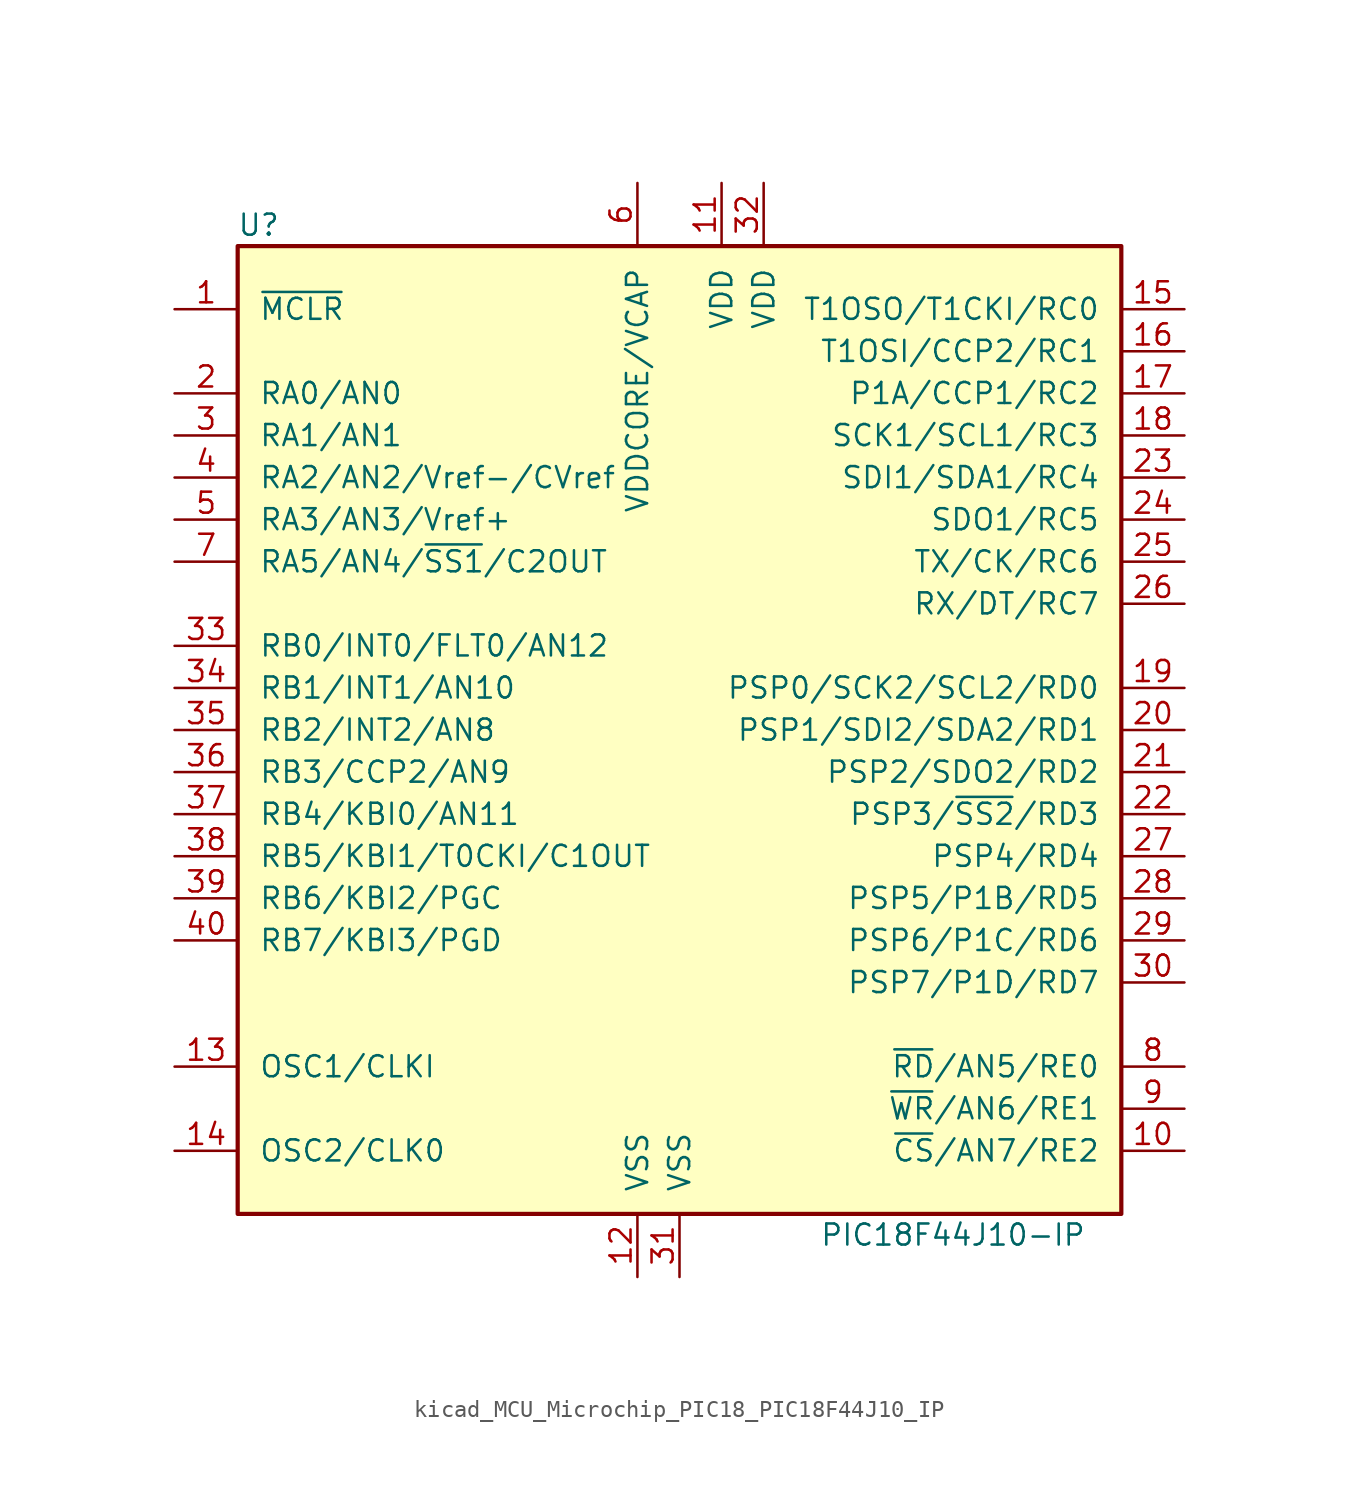
<source format=kicad_sym>
(kicad_symbol_lib
  (version 20220914)
  (generator kicad_symbol_editor)
  (symbol "kicad_MCU_Microchip_PIC18_PIC18F44J10_IP"
    (pin_names
      (offset 1.27))
    (property "Reference" "U"
      (at -25.4 30.48 0)
      (effects (font (size 1.27 1.27))))
    (property "Value" "PIC18F44J10-IP"
      (at 16.51 -30.48 0)
      (effects (font (size 1.27 1.27))))
    (symbol "kicad_MCU_Microchip_PIC18_PIC18F44J10_IP_0_0"
      (rectangle (start -26.67 -29.21) (end 26.67 29.21) (stroke (width 0.254) (type default)) (fill (type background))))
    (symbol "kicad_MCU_Microchip_PIC18_PIC18F44J10_IP_1_1"
      (pin input line (at -30.48 25.4 0) (length 3.81) (name "~{MCLR}" (effects (font (size 1.27 1.27)))) (number "1" (effects (font (size 1.27 1.27)))))
      (pin tri_state line (at 30.48 -25.4 180) (length 3.81) (name "~{CS}/AN7/RE2" (effects (font (size 1.27 1.27)))) (number "10" (effects (font (size 1.27 1.27)))))
      (pin power_in line (at 2.54 33.02 270) (length 3.81) (name "VDD" (effects (font (size 1.27 1.27)))) (number "11" (effects (font (size 1.27 1.27)))))
      (pin power_in line (at -2.54 -33.02 90) (length 3.81) (name "VSS" (effects (font (size 1.27 1.27)))) (number "12" (effects (font (size 1.27 1.27)))))
      (pin input line (at -30.48 -20.32 0) (length 3.81) (name "OSC1/CLKI" (effects (font (size 1.27 1.27)))) (number "13" (effects (font (size 1.27 1.27)))))
      (pin output line (at -30.48 -25.4 0) (length 3.81) (name "OSC2/CLK0" (effects (font (size 1.27 1.27)))) (number "14" (effects (font (size 1.27 1.27)))))
      (pin tri_state line (at 30.48 25.4 180) (length 3.81) (name "T1OSO/T1CKI/RC0" (effects (font (size 1.27 1.27)))) (number "15" (effects (font (size 1.27 1.27)))))
      (pin tri_state line (at 30.48 22.86 180) (length 3.81) (name "T1OSI/CCP2/RC1" (effects (font (size 1.27 1.27)))) (number "16" (effects (font (size 1.27 1.27)))))
      (pin tri_state line (at 30.48 20.32 180) (length 3.81) (name "P1A/CCP1/RC2" (effects (font (size 1.27 1.27)))) (number "17" (effects (font (size 1.27 1.27)))))
      (pin tri_state line (at 30.48 17.78 180) (length 3.81) (name "SCK1/SCL1/RC3" (effects (font (size 1.27 1.27)))) (number "18" (effects (font (size 1.27 1.27)))))
      (pin tri_state line (at 30.48 2.54 180) (length 3.81) (name "PSP0/SCK2/SCL2/RD0" (effects (font (size 1.27 1.27)))) (number "19" (effects (font (size 1.27 1.27)))))
      (pin tri_state line (at -30.48 20.32 0) (length 3.81) (name "RA0/AN0" (effects (font (size 1.27 1.27)))) (number "2" (effects (font (size 1.27 1.27)))))
      (pin tri_state line (at 30.48 0 180) (length 3.81) (name "PSP1/SDI2/SDA2/RD1" (effects (font (size 1.27 1.27)))) (number "20" (effects (font (size 1.27 1.27)))))
      (pin tri_state line (at 30.48 -2.54 180) (length 3.81) (name "PSP2/SDO2/RD2" (effects (font (size 1.27 1.27)))) (number "21" (effects (font (size 1.27 1.27)))))
      (pin tri_state line (at 30.48 -5.08 180) (length 3.81) (name "PSP3/~{SS2}/RD3" (effects (font (size 1.27 1.27)))) (number "22" (effects (font (size 1.27 1.27)))))
      (pin tri_state line (at 30.48 15.24 180) (length 3.81) (name "SDI1/SDA1/RC4" (effects (font (size 1.27 1.27)))) (number "23" (effects (font (size 1.27 1.27)))))
      (pin tri_state line (at 30.48 12.7 180) (length 3.81) (name "SDO1/RC5" (effects (font (size 1.27 1.27)))) (number "24" (effects (font (size 1.27 1.27)))))
      (pin tri_state line (at 30.48 10.16 180) (length 3.81) (name "TX/CK/RC6" (effects (font (size 1.27 1.27)))) (number "25" (effects (font (size 1.27 1.27)))))
      (pin tri_state line (at 30.48 7.62 180) (length 3.81) (name "RX/DT/RC7" (effects (font (size 1.27 1.27)))) (number "26" (effects (font (size 1.27 1.27)))))
      (pin tri_state line (at 30.48 -7.62 180) (length 3.81) (name "PSP4/RD4" (effects (font (size 1.27 1.27)))) (number "27" (effects (font (size 1.27 1.27)))))
      (pin tri_state line (at 30.48 -10.16 180) (length 3.81) (name "PSP5/P1B/RD5" (effects (font (size 1.27 1.27)))) (number "28" (effects (font (size 1.27 1.27)))))
      (pin tri_state line (at 30.48 -12.7 180) (length 3.81) (name "PSP6/P1C/RD6" (effects (font (size 1.27 1.27)))) (number "29" (effects (font (size 1.27 1.27)))))
      (pin tri_state line (at -30.48 17.78 0) (length 3.81) (name "RA1/AN1" (effects (font (size 1.27 1.27)))) (number "3" (effects (font (size 1.27 1.27)))))
      (pin tri_state line (at 30.48 -15.24 180) (length 3.81) (name "PSP7/P1D/RD7" (effects (font (size 1.27 1.27)))) (number "30" (effects (font (size 1.27 1.27)))))
      (pin power_in line (at 0 -33.02 90) (length 3.81) (name "VSS" (effects (font (size 1.27 1.27)))) (number "31" (effects (font (size 1.27 1.27)))))
      (pin power_in line (at 5.08 33.02 270) (length 3.81) (name "VDD" (effects (font (size 1.27 1.27)))) (number "32" (effects (font (size 1.27 1.27)))))
      (pin tri_state line (at -30.48 5.08 0) (length 3.81) (name "RB0/INT0/FLT0/AN12" (effects (font (size 1.27 1.27)))) (number "33" (effects (font (size 1.27 1.27)))))
      (pin tri_state line (at -30.48 2.54 0) (length 3.81) (name "RB1/INT1/AN10" (effects (font (size 1.27 1.27)))) (number "34" (effects (font (size 1.27 1.27)))))
      (pin tri_state line (at -30.48 0 0) (length 3.81) (name "RB2/INT2/AN8" (effects (font (size 1.27 1.27)))) (number "35" (effects (font (size 1.27 1.27)))))
      (pin tri_state line (at -30.48 -2.54 0) (length 3.81) (name "RB3/CCP2/AN9" (effects (font (size 1.27 1.27)))) (number "36" (effects (font (size 1.27 1.27)))))
      (pin tri_state line (at -30.48 -5.08 0) (length 3.81) (name "RB4/KBI0/AN11" (effects (font (size 1.27 1.27)))) (number "37" (effects (font (size 1.27 1.27)))))
      (pin tri_state line (at -30.48 -7.62 0) (length 3.81) (name "RB5/KBI1/T0CKI/C1OUT" (effects (font (size 1.27 1.27)))) (number "38" (effects (font (size 1.27 1.27)))))
      (pin tri_state line (at -30.48 -10.16 0) (length 3.81) (name "RB6/KBI2/PGC" (effects (font (size 1.27 1.27)))) (number "39" (effects (font (size 1.27 1.27)))))
      (pin tri_state line (at -30.48 15.24 0) (length 3.81) (name "RA2/AN2/Vref-/CVref" (effects (font (size 1.27 1.27)))) (number "4" (effects (font (size 1.27 1.27)))))
      (pin tri_state line (at -30.48 -12.7 0) (length 3.81) (name "RB7/KBI3/PGD" (effects (font (size 1.27 1.27)))) (number "40" (effects (font (size 1.27 1.27)))))
      (pin tri_state line (at -30.48 12.7 0) (length 3.81) (name "RA3/AN3/Vref+" (effects (font (size 1.27 1.27)))) (number "5" (effects (font (size 1.27 1.27)))))
      (pin passive line (at -2.54 33.02 270) (length 3.81) (name "VDDCORE/VCAP" (effects (font (size 1.27 1.27)))) (number "6" (effects (font (size 1.27 1.27)))))
      (pin tri_state line (at -30.48 10.16 0) (length 3.81) (name "RA5/AN4/~{SS1}/C2OUT" (effects (font (size 1.27 1.27)))) (number "7" (effects (font (size 1.27 1.27)))))
      (pin tri_state line (at 30.48 -20.32 180) (length 3.81) (name "~{RD}/AN5/RE0" (effects (font (size 1.27 1.27)))) (number "8" (effects (font (size 1.27 1.27)))))
      (pin tri_state line (at 30.48 -22.86 180) (length 3.81) (name "~{WR}/AN6/RE1" (effects (font (size 1.27 1.27)))) (number "9" (effects (font (size 1.27 1.27))))))))
</source>
